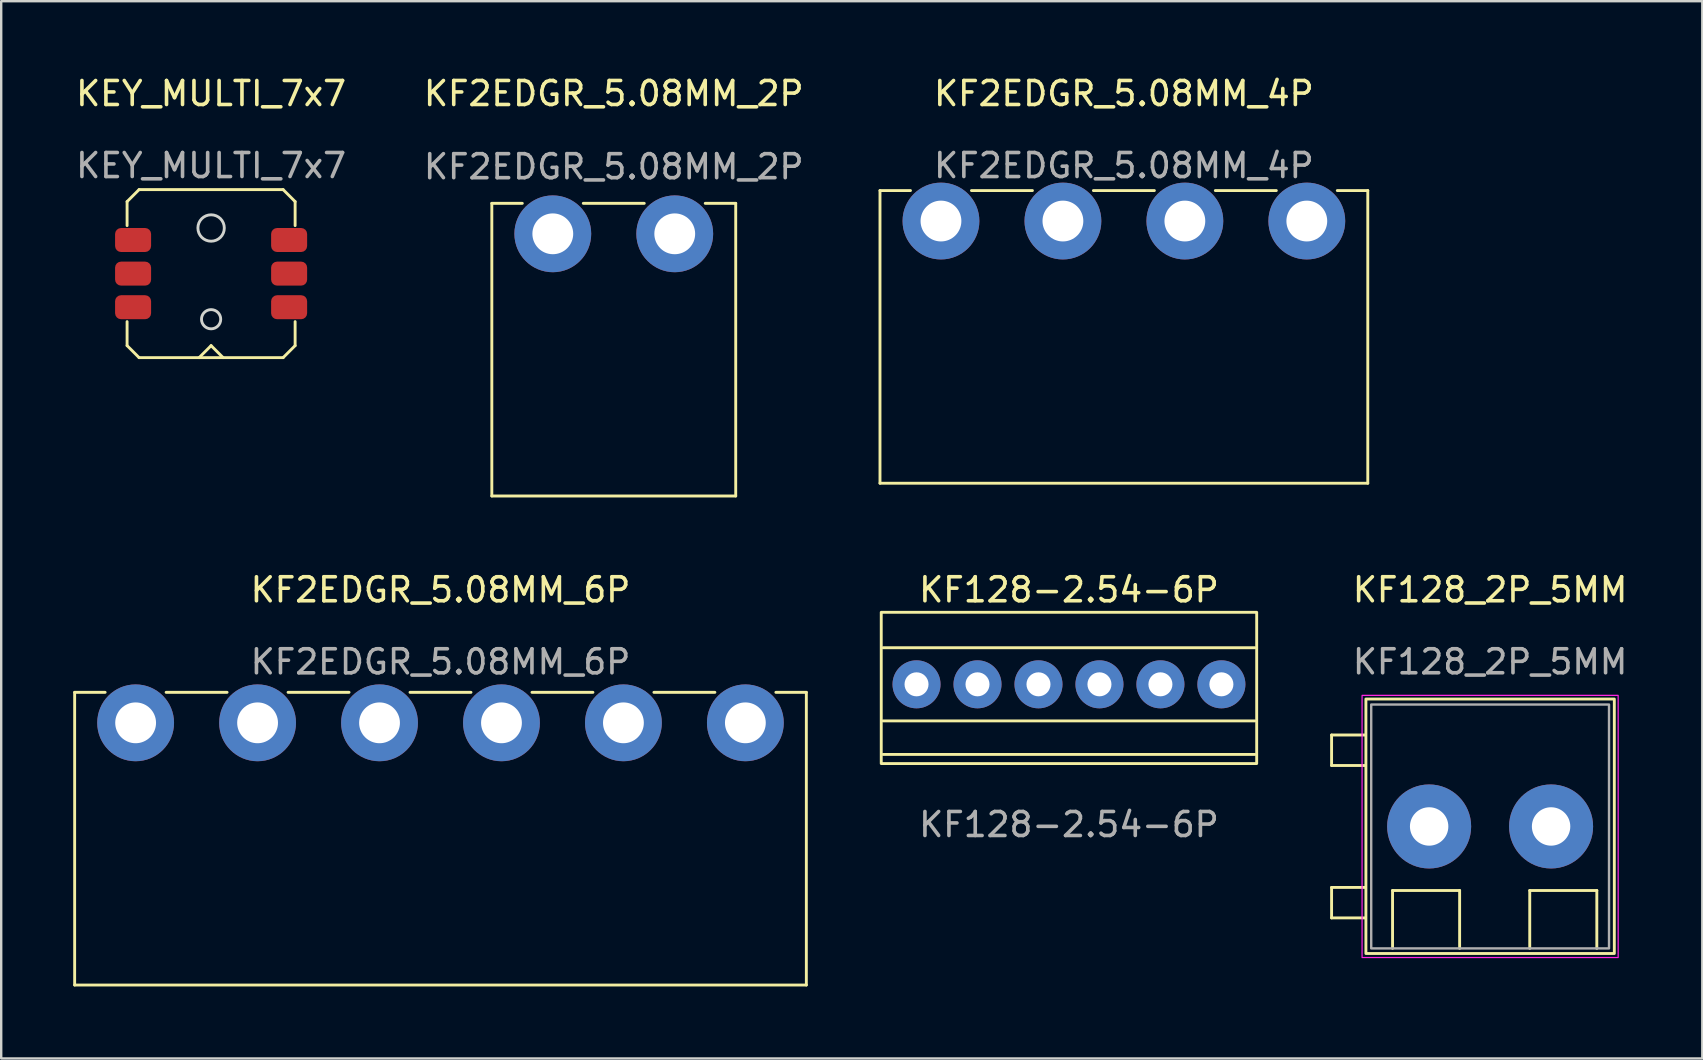
<source format=kicad_pcb>
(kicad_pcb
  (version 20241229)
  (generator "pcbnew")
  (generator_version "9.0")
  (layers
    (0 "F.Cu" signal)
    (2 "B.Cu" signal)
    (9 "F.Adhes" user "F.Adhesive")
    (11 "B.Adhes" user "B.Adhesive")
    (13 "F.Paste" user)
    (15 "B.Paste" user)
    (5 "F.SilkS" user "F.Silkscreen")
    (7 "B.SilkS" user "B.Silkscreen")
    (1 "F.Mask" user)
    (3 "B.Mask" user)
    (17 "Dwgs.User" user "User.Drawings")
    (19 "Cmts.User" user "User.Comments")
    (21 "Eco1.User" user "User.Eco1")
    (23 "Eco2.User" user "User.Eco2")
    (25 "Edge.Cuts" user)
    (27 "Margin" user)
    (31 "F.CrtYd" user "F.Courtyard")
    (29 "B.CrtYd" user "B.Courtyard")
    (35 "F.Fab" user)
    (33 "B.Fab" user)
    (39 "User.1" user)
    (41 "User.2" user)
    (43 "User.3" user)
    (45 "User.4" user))
  (footprint "KEY_MULTI_7x7"
    (layer "F.Cu")
    (at 5.744 8.348)
    (property "Reference" "KEY_MULTI_7x7" (at 0 -7.5 0) (unlocked yes) (layer "F.SilkS") (effects (font (size 1 1) (thickness 0.15))))
    (attr smd)
    (fp_line (start -3.5 -3) (end -3 -3.5) (stroke (width 0.12) (type default)) (layer "F.SilkS"))
    (fp_line (start -3.5 -2) (end -3.5 -3) (stroke (width 0.12) (type default)) (layer "F.SilkS"))
    (fp_line (start -3.5 3) (end -3.5 2) (stroke (width 0.12) (type default)) (layer "F.SilkS"))
    (fp_line (start -3 -3.5) (end 3 -3.5) (stroke (width 0.12) (type default)) (layer "F.SilkS"))
    (fp_line (start -3 3.5) (end -3.5 3) (stroke (width 0.12) (type default)) (layer "F.SilkS"))
    (fp_line (start -0.5 3.5) (end 0 3) (stroke (width 0.12) (type default)) (layer "F.SilkS"))
    (fp_line (start 0 3) (end 0.5 3.5) (stroke (width 0.12) (type default)) (layer "F.SilkS"))
    (fp_line (start 3 -3.5) (end 3.5 -3) (stroke (width 0.12) (type default)) (layer "F.SilkS"))
    (fp_line (start 3 3.5) (end -3 3.5) (stroke (width 0.12) (type default)) (layer "F.SilkS"))
    (fp_line (start 3.5 -3) (end 3.5 -2) (stroke (width 0.12) (type default)) (layer "F.SilkS"))
    (fp_line (start 3.5 2) (end 3.5 3) (stroke (width 0.12) (type default)) (layer "F.SilkS"))
    (fp_line (start 3.5 3) (end 3 3.5) (stroke (width 0.12) (type default)) (layer "F.SilkS"))
    (fp_circle (center 0 -1.9) (end 0.55 -1.9) (stroke (width 0.12) (type default)) (fill no) (layer "Edge.Cuts"))
    (fp_circle (center 0 1.9) (end 0.4 1.9) (stroke (width 0.12) (type default)) (fill no) (layer "Edge.Cuts"))
    (fp_text user "${REFERENCE}" (at 0 -4.5 0) (unlocked yes) (layer "F.Fab") (effects (font (size 1 1) (thickness 0.15))))
    (pad "1" smd roundrect (at -3.25 -1.4) (size 1.5 1) (layers "F.Cu" "F.Mask" "F.Paste") (roundrect_rratio 0.25))
    (pad "2" smd roundrect (at -3.25 0) (size 1.5 1) (layers "F.Cu" "F.Mask" "F.Paste") (roundrect_rratio 0.25))
    (pad "3" smd roundrect (at -3.25 1.4) (size 1.5 1) (layers "F.Cu" "F.Mask" "F.Paste") (roundrect_rratio 0.25))
    (pad "4" smd roundrect (at 3.25 1.4) (size 1.5 1) (layers "F.Cu" "F.Mask" "F.Paste") (roundrect_rratio 0.25))
    (pad "5" smd roundrect (at 3.25 0) (size 1.5 1) (layers "F.Cu" "F.Mask" "F.Paste") (roundrect_rratio 0.25))
    (pad "6" smd roundrect (at 3.25 -1.4) (size 1.5 1) (layers "F.Cu" "F.Mask" "F.Paste") (roundrect_rratio 0.25)))
  (footprint "KF128_2P_5MM"
    (layer "F.Cu")
    (at 59.024 31.378)
    (property "Reference" "KF128_2P_5MM" (at 0 -9.858 0) (unlocked yes) (layer "F.SilkS") (effects (font (size 1 1) (thickness 0.15))))
    (attr smd)
    (fp_line (start -6.604 -3.81) (end -6.604 -2.54) (stroke (width 0.12) (type solid)) (layer "F.SilkS"))
    (fp_line (start -6.604 -2.54) (end -5.207 -2.54) (stroke (width 0.12) (type solid)) (layer "F.SilkS"))
    (fp_line (start -6.604 2.54) (end -5.207 2.54) (stroke (width 0.12) (type solid)) (layer "F.SilkS"))
    (fp_line (start -6.604 3.81) (end -6.604 2.54) (stroke (width 0.12) (type solid)) (layer "F.SilkS"))
    (fp_line (start -5.207 -3.81) (end -6.604 -3.81) (stroke (width 0.12) (type solid)) (layer "F.SilkS"))
    (fp_line (start -5.207 3.81) (end -6.604 3.81) (stroke (width 0.12) (type solid)) (layer "F.SilkS"))
    (fp_line (start -4.064 2.667) (end -1.27 2.667) (stroke (width 0.12) (type solid)) (layer "F.SilkS"))
    (fp_line (start -4.064 5.08) (end -4.064 2.667) (stroke (width 0.12) (type solid)) (layer "F.SilkS"))
    (fp_line (start -1.27 2.667) (end -1.27 5.08) (stroke (width 0.12) (type solid)) (layer "F.SilkS"))
    (fp_line (start 1.651 2.667) (end 4.445 2.667) (stroke (width 0.12) (type solid)) (layer "F.SilkS"))
    (fp_line (start 1.651 5.08) (end 1.651 2.667) (stroke (width 0.12) (type solid)) (layer "F.SilkS"))
    (fp_line (start 4.445 2.667) (end 4.445 5.08) (stroke (width 0.12) (type solid)) (layer "F.SilkS"))
    (fp_rect (start -5.174 -5.308) (end 5.174 5.292) (stroke (width 0.12) (type solid)) (fill no) (layer "F.SilkS"))
    (fp_rect (start -5.334 -5.461) (end 5.334 5.461) (stroke (width 0.05) (type solid)) (fill no) (layer "F.CrtYd"))
    (fp_rect (start -4.953 -5.08) (end 4.953 5.08) (stroke (width 0.1) (type solid)) (fill no) (layer "F.Fab"))
    (fp_text user "${REFERENCE}" (at 0 -6.858 0) (unlocked yes) (layer "F.Fab") (effects (font (size 1 1) (thickness 0.15))))
    (pad "1" thru_hole oval (at -2.54 0) (size 3.5 3.5) (drill 1.6) (layers "*.Cu" "*.Mask"))
    (pad "2" thru_hole oval (at 2.54 0) (size 3.5 3.5) (drill 1.6) (layers "*.Cu" "*.Mask")))
  (footprint "KF2EDGR_5.08MM_6P"
    (layer "F.Cu")
    (at 15.3 27.061)
    (property "Reference" "KF2EDGR_5.08MM_6P" (at 0 -5.54 0) (unlocked yes) (layer "F.SilkS") (effects (font (size 1 1) (thickness 0.15))))
    (attr through_hole)
    (fp_line (start -15.24 -1.27) (end -15.24 10.922) (stroke (width 0.12) (type solid)) (layer "F.SilkS"))
    (fp_line (start -15.24 10.922) (end 15.24 10.922) (stroke (width 0.12) (type solid)) (layer "F.SilkS"))
    (fp_line (start -13.97 -1.27) (end -15.24 -1.27) (stroke (width 0.12) (type solid)) (layer "F.SilkS"))
    (fp_line (start -11.43 -1.27) (end -8.89 -1.27) (stroke (width 0.12) (type solid)) (layer "F.SilkS"))
    (fp_line (start -3.81 -1.27) (end -6.35 -1.27) (stroke (width 0.12) (type solid)) (layer "F.SilkS"))
    (fp_line (start -1.27 -1.27) (end 1.27 -1.27) (stroke (width 0.12) (type solid)) (layer "F.SilkS"))
    (fp_line (start 6.35 -1.27) (end 3.81 -1.27) (stroke (width 0.12) (type solid)) (layer "F.SilkS"))
    (fp_line (start 11.43 -1.27) (end 8.89 -1.27) (stroke (width 0.12) (type solid)) (layer "F.SilkS"))
    (fp_line (start 15.24 -1.27) (end 13.97 -1.27) (stroke (width 0.12) (type solid)) (layer "F.SilkS"))
    (fp_line (start 15.24 10.922) (end 15.24 -1.27) (stroke (width 0.12) (type solid)) (layer "F.SilkS"))
    (fp_text user "${REFERENCE}" (at 0 -2.54 0) (unlocked yes) (layer "F.Fab") (effects (font (size 1 1) (thickness 0.15))))
    (pad "1" thru_hole circle (at -12.7 0) (size 3.2 3.2) (drill 1.7) (layers "*.Cu" "*.Mask"))
    (pad "2" thru_hole circle (at -7.62 0) (size 3.2 3.2) (drill 1.7) (layers "*.Cu" "*.Mask"))
    (pad "3" thru_hole circle (at -2.54 0) (size 3.2 3.2) (drill 1.7) (layers "*.Cu" "*.Mask"))
    (pad "4" thru_hole circle (at 2.54 0) (size 3.2 3.2) (drill 1.7) (layers "*.Cu" "*.Mask"))
    (pad "5" thru_hole circle (at 7.62 0) (size 3.2 3.2) (drill 1.7) (layers "*.Cu" "*.Mask"))
    (pad "6" thru_hole circle (at 12.7 0) (size 3.2 3.2) (drill 1.7) (layers "*.Cu" "*.Mask")))
  (footprint "KF2EDGR_5.08MM_2P"
    (layer "F.Cu")
    (at 22.518 6.69)
    (property "Reference" "KF2EDGR_5.08MM_2P" (at 0 -5.842 0) (unlocked yes) (layer "F.SilkS") (effects (font (size 1 1) (thickness 0.15))))
    (attr through_hole)
    (fp_line (start -5.08 -1.27) (end -5.08 10.922) (stroke (width 0.12) (type solid)) (layer "F.SilkS"))
    (fp_line (start -5.08 10.922) (end 5.08 10.922) (stroke (width 0.12) (type solid)) (layer "F.SilkS"))
    (fp_line (start -3.81 -1.27) (end -5.08 -1.27) (stroke (width 0.12) (type solid)) (layer "F.SilkS"))
    (fp_line (start -1.27 -1.27) (end 1.27 -1.27) (stroke (width 0.12) (type solid)) (layer "F.SilkS"))
    (fp_line (start 5.08 -1.27) (end 3.81 -1.27) (stroke (width 0.12) (type solid)) (layer "F.SilkS"))
    (fp_line (start 5.08 10.922) (end 5.08 -1.27) (stroke (width 0.12) (type solid)) (layer "F.SilkS"))
    (fp_text user "${REFERENCE}" (at 0 -2.794 0) (unlocked yes) (layer "F.Fab") (effects (font (size 1 1) (thickness 0.15))))
    (pad "1" thru_hole circle (at -2.54 0) (size 3.2 3.2) (drill 1.7) (layers "*.Cu" "*.Mask"))
    (pad "2" thru_hole circle (at 2.54 0) (size 3.2 3.2) (drill 1.7) (layers "*.Cu" "*.Mask")))
  (footprint "KF128-2.54-6P"
    (layer "F.Cu")
    (at 41.48 25.457)
    (property "Reference" "KF128-2.54-6P" (at 0 -3.937 0) (unlocked yes) (layer "F.SilkS") (effects (font (size 1 1) (thickness 0.15))))
    (attr through_hole)
    (fp_line (start -7.747 -1.524) (end 7.747 -1.524) (stroke (width 0.12) (type solid)) (layer "F.SilkS"))
    (fp_line (start -7.747 1.524) (end 7.747 1.524) (stroke (width 0.12) (type solid)) (layer "F.SilkS"))
    (fp_line (start -7.747 2.921) (end 7.747 2.921) (stroke (width 0.12) (type solid)) (layer "F.SilkS"))
    (fp_rect (start -7.82 -3) (end 7.82 3.3) (stroke (width 0.12) (type solid)) (fill no) (layer "F.SilkS"))
    (fp_text user "${REFERENCE}" (at 0 5.842 0) (unlocked yes) (layer "F.Fab") (effects (font (size 1 1) (thickness 0.15))))
    (pad "1" thru_hole circle (at -6.35 0) (size 2 2) (drill 1) (layers "*.Cu" "*.Mask"))
    (pad "2" thru_hole circle (at -3.81 0) (size 2 2) (drill 1) (layers "*.Cu" "*.Mask"))
    (pad "3" thru_hole circle (at -1.27 0) (size 2 2) (drill 1) (layers "*.Cu" "*.Mask"))
    (pad "4" thru_hole circle (at 1.27 0) (size 2 2) (drill 1) (layers "*.Cu" "*.Mask"))
    (pad "5" thru_hole circle (at 3.81 0) (size 2 2) (drill 1) (layers "*.Cu" "*.Mask"))
    (pad "6" thru_hole circle (at 6.35 0) (size 2 2) (drill 1) (layers "*.Cu" "*.Mask")))
  (footprint "KF2EDGR_5.08MM_4P"
    (layer "F.Cu")
    (at 43.768 6.158)
    (property "Reference" "KF2EDGR_5.08MM_4P" (at 0 -5.31 0) (unlocked yes) (layer "F.SilkS") (effects (font (size 1 1) (thickness 0.15))))
    (attr through_hole)
    (fp_line (start -10.16 -1.27) (end -10.16 10.922) (stroke (width 0.12) (type solid)) (layer "F.SilkS"))
    (fp_line (start -10.16 -1.27) (end -8.89 -1.27) (stroke (width 0.12) (type solid)) (layer "F.SilkS"))
    (fp_line (start -10.16 10.922) (end 10.16 10.922) (stroke (width 0.12) (type solid)) (layer "F.SilkS"))
    (fp_line (start -3.81 -1.27) (end -6.35 -1.27) (stroke (width 0.12) (type solid)) (layer "F.SilkS"))
    (fp_line (start -1.27 -1.27) (end 1.27 -1.27) (stroke (width 0.12) (type solid)) (layer "F.SilkS"))
    (fp_line (start 6.35 -1.27) (end 3.81 -1.27) (stroke (width 0.12) (type solid)) (layer "F.SilkS"))
    (fp_line (start 10.16 -1.27) (end 8.89 -1.27) (stroke (width 0.12) (type solid)) (layer "F.SilkS"))
    (fp_line (start 10.16 10.922) (end 10.16 -1.27) (stroke (width 0.12) (type solid)) (layer "F.SilkS"))
    (fp_text user "${REFERENCE}" (at 0 -2.31 0) (unlocked yes) (layer "F.Fab") (effects (font (size 1 1) (thickness 0.15))))
    (pad "1" thru_hole circle (at -7.62 0) (size 3.2 3.2) (drill 1.7) (layers "*.Cu" "*.Mask"))
    (pad "2" thru_hole circle (at -2.54 0) (size 3.2 3.2) (drill 1.7) (layers "*.Cu" "*.Mask"))
    (pad "3" thru_hole circle (at 2.54 0) (size 3.2 3.2) (drill 1.7) (layers "*.Cu" "*.Mask"))
    (pad "4" thru_hole circle (at 7.62 0) (size 3.2 3.2) (drill 1.7) (layers "*.Cu" "*.Mask")))
  (gr_rect
    (start -3 -3)
    (end 67.863 41.042)
    (stroke (width 0.1) (type default))
    (fill no)
    (layer "Edge.Cuts")))
</source>
